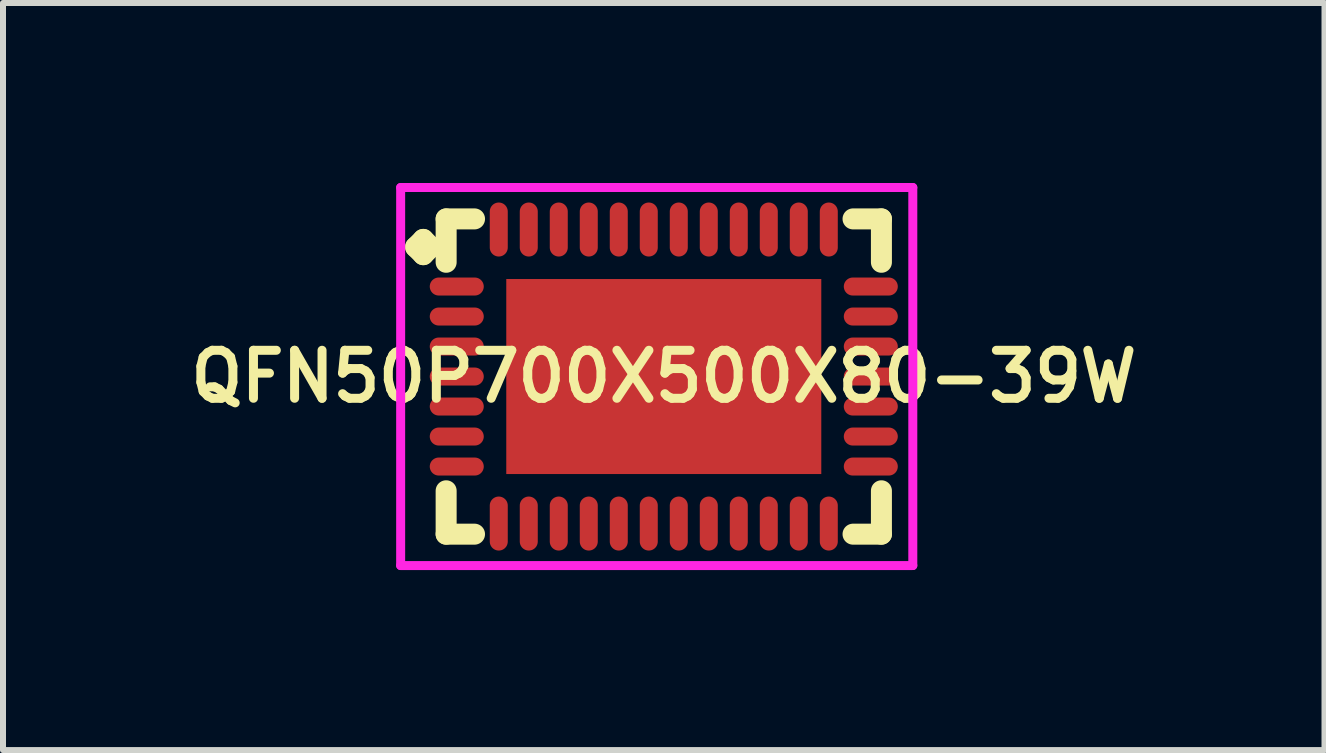
<source format=kicad_pcb>
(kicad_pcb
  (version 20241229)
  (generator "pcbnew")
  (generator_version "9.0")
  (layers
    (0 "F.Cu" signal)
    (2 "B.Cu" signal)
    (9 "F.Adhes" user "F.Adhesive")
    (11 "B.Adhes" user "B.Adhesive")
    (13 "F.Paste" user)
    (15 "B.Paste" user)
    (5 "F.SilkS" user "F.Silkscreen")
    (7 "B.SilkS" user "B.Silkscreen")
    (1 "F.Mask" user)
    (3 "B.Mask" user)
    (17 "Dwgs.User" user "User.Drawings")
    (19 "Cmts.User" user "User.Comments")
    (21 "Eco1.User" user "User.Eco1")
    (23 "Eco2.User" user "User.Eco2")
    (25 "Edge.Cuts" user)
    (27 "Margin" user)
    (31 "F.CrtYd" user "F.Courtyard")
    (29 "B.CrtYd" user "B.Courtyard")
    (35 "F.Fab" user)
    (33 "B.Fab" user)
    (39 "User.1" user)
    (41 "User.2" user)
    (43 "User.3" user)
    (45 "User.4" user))
  (footprint "QFN50P700X500X80-39W"
    (layer "F.Cu")
    (at 8.012 3.225)
    (property "Reference" "QFN50P700X500X80-39W" (at 0 0 0) (layer "F.SilkS") (effects (font (size 0.8 0.8) (thickness 0.15))))
    (attr smd)
    (fp_line (start -4.135 -2.158) (end -4.008 -2.285) (stroke (width 0.35) (type solid)) (layer "F.SilkS"))
    (fp_line (start -4.008 -2.285) (end -3.881 -2.158) (stroke (width 0.35) (type solid)) (layer "F.SilkS"))
    (fp_line (start -4.008 -2.031) (end -4.135 -2.158) (stroke (width 0.35) (type solid)) (layer "F.SilkS"))
    (fp_line (start -3.881 -2.158) (end -4.008 -2.031) (stroke (width 0.35) (type solid)) (layer "F.SilkS"))
    (fp_line (start -3.627 -2.627) (end -3.154 -2.627) (stroke (width 0.35) (type solid)) (layer "F.SilkS"))
    (fp_line (start -3.627 -1.904) (end -3.627 -2.627) (stroke (width 0.35) (type solid)) (layer "F.SilkS"))
    (fp_line (start -3.627 1.904) (end -3.627 2.627) (stroke (width 0.35) (type solid)) (layer "F.SilkS"))
    (fp_line (start -3.627 2.627) (end -3.154 2.627) (stroke (width 0.35) (type solid)) (layer "F.SilkS"))
    (fp_line (start 3.154 -2.627) (end 3.627 -2.627) (stroke (width 0.35) (type solid)) (layer "F.SilkS"))
    (fp_line (start 3.154 2.627) (end 3.627 2.627) (stroke (width 0.35) (type solid)) (layer "F.SilkS"))
    (fp_line (start 3.627 -2.627) (end 3.627 -1.904) (stroke (width 0.35) (type solid)) (layer "F.SilkS"))
    (fp_line (start 3.627 2.627) (end 3.627 1.904) (stroke (width 0.35) (type solid)) (layer "F.SilkS"))
    (fp_line (start -4.385 -3.15) (end 4.15 -3.15) (stroke (width 0.15) (type solid)) (layer "F.CrtYd"))
    (fp_line (start -4.385 3.15) (end -4.385 -3.15) (stroke (width 0.15) (type solid)) (layer "F.CrtYd"))
    (fp_line (start 4.15 -3.15) (end 4.15 3.15) (stroke (width 0.15) (type solid)) (layer "F.CrtYd"))
    (fp_line (start 4.15 3.15) (end -4.385 3.15) (stroke (width 0.15) (type solid)) (layer "F.CrtYd"))
    (pad "1" smd oval (at -3.45 -1.5) (size 0.9 0.3) (layers "F.Cu" "F.Mask" "F.Paste"))
    (pad "2" smd oval (at -3.45 -1) (size 0.9 0.3) (layers "F.Cu" "F.Mask" "F.Paste"))
    (pad "3" smd oval (at -3.45 -0.5) (size 0.9 0.3) (layers "F.Cu" "F.Mask" "F.Paste"))
    (pad "4" smd oval (at -3.45 0) (size 0.9 0.3) (layers "F.Cu" "F.Mask" "F.Paste"))
    (pad "5" smd oval (at -3.45 0.5) (size 0.9 0.3) (layers "F.Cu" "F.Mask" "F.Paste"))
    (pad "6" smd oval (at -3.45 1) (size 0.9 0.3) (layers "F.Cu" "F.Mask" "F.Paste"))
    (pad "7" smd oval (at -3.45 1.5) (size 0.9 0.3) (layers "F.Cu" "F.Mask" "F.Paste"))
    (pad "8" smd oval (at -2.75 2.45) (size 0.3 0.9) (layers "F.Cu" "F.Mask" "F.Paste"))
    (pad "9" smd oval (at -2.25 2.45) (size 0.3 0.9) (layers "F.Cu" "F.Mask" "F.Paste"))
    (pad "10" smd oval (at -1.75 2.45) (size 0.3 0.9) (layers "F.Cu" "F.Mask" "F.Paste"))
    (pad "11" smd oval (at -1.25 2.45) (size 0.3 0.9) (layers "F.Cu" "F.Mask" "F.Paste"))
    (pad "12" smd oval (at -0.75 2.45) (size 0.3 0.9) (layers "F.Cu" "F.Mask" "F.Paste"))
    (pad "13" smd oval (at -0.25 2.45) (size 0.3 0.9) (layers "F.Cu" "F.Mask" "F.Paste"))
    (pad "14" smd oval (at 0.25 2.45) (size 0.3 0.9) (layers "F.Cu" "F.Mask" "F.Paste"))
    (pad "15" smd oval (at 0.75 2.45) (size 0.3 0.9) (layers "F.Cu" "F.Mask" "F.Paste"))
    (pad "16" smd oval (at 1.25 2.45) (size 0.3 0.9) (layers "F.Cu" "F.Mask" "F.Paste"))
    (pad "17" smd oval (at 1.75 2.45) (size 0.3 0.9) (layers "F.Cu" "F.Mask" "F.Paste"))
    (pad "18" smd oval (at 2.25 2.45) (size 0.3 0.9) (layers "F.Cu" "F.Mask" "F.Paste"))
    (pad "19" smd oval (at 2.75 2.45) (size 0.3 0.9) (layers "F.Cu" "F.Mask" "F.Paste"))
    (pad "20" smd oval (at 3.45 1.5) (size 0.9 0.3) (layers "F.Cu" "F.Mask" "F.Paste"))
    (pad "21" smd oval (at 3.45 1) (size 0.9 0.3) (layers "F.Cu" "F.Mask" "F.Paste"))
    (pad "22" smd oval (at 3.45 0.5) (size 0.9 0.3) (layers "F.Cu" "F.Mask" "F.Paste"))
    (pad "23" smd oval (at 3.45 0) (size 0.9 0.3) (layers "F.Cu" "F.Mask" "F.Paste"))
    (pad "24" smd oval (at 3.45 -0.5) (size 0.9 0.3) (layers "F.Cu" "F.Mask" "F.Paste"))
    (pad "25" smd oval (at 3.45 -1) (size 0.9 0.3) (layers "F.Cu" "F.Mask" "F.Paste"))
    (pad "26" smd oval (at 3.45 -1.5) (size 0.9 0.3) (layers "F.Cu" "F.Mask" "F.Paste"))
    (pad "27" smd oval (at 2.75 -2.45) (size 0.3 0.9) (layers "F.Cu" "F.Mask" "F.Paste"))
    (pad "28" smd oval (at 2.25 -2.45) (size 0.3 0.9) (layers "F.Cu" "F.Mask" "F.Paste"))
    (pad "29" smd oval (at 1.75 -2.45) (size 0.3 0.9) (layers "F.Cu" "F.Mask" "F.Paste"))
    (pad "30" smd oval (at 1.25 -2.45) (size 0.3 0.9) (layers "F.Cu" "F.Mask" "F.Paste"))
    (pad "31" smd oval (at 0.75 -2.45) (size 0.3 0.9) (layers "F.Cu" "F.Mask" "F.Paste"))
    (pad "32" smd oval (at 0.25 -2.45) (size 0.3 0.9) (layers "F.Cu" "F.Mask" "F.Paste"))
    (pad "33" smd oval (at -0.25 -2.45) (size 0.3 0.9) (layers "F.Cu" "F.Mask" "F.Paste"))
    (pad "34" smd oval (at -0.75 -2.45) (size 0.3 0.9) (layers "F.Cu" "F.Mask" "F.Paste"))
    (pad "35" smd oval (at -1.25 -2.45) (size 0.3 0.9) (layers "F.Cu" "F.Mask" "F.Paste"))
    (pad "36" smd oval (at -1.75 -2.45) (size 0.3 0.9) (layers "F.Cu" "F.Mask" "F.Paste"))
    (pad "37" smd oval (at -2.25 -2.45) (size 0.3 0.9) (layers "F.Cu" "F.Mask" "F.Paste"))
    (pad "38" smd oval (at -2.75 -2.45) (size 0.3 0.9) (layers "F.Cu" "F.Mask" "F.Paste"))
    (pad "39" smd rect (at 0 0) (size 5.25 3.25) (layers "F.Cu" "F.Mask" "F.Paste")))
  (gr_rect
    (start -3 -3)
    (end 19.023 9.45)
    (stroke (width 0.1) (type default))
    (fill no)
    (layer "Edge.Cuts")))
</source>
